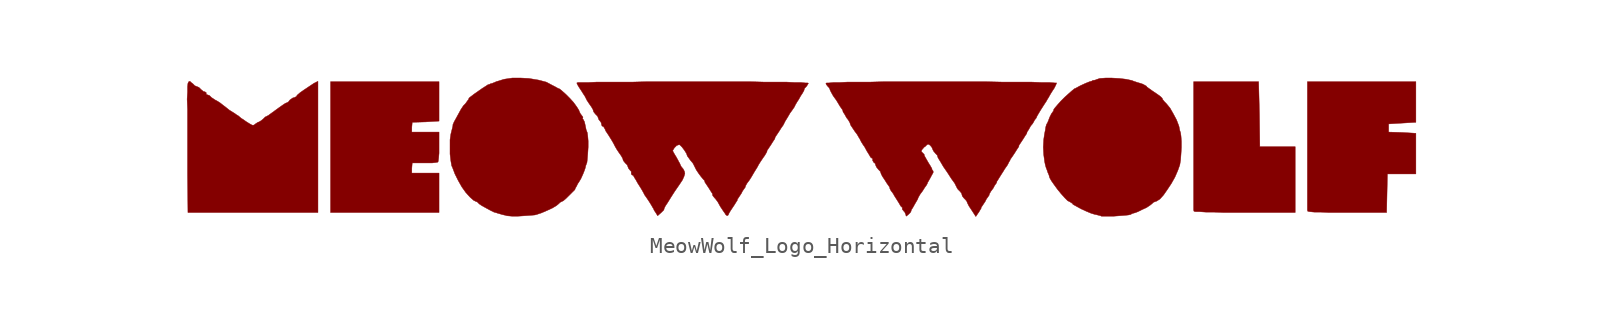
<source format=kicad_sym>
(kicad_symbol_lib
  (version 20220914)
  (generator kicad_symbol_editor)
  (symbol "MeowWolf_Logo_Horizontal"
    (pin_names
      (offset 1.016))
    (property "Reference" "LOGO"
      (at 0 -6.35 0)
      (effects (font (size 1.524 1.524)) hide))
    (symbol "MeowWolf_Logo_Horizontal_0_0"
      (polyline (pts (xy 30.861 -0.025) (xy 28.651 -0.025) (xy 28.626 2.007) (xy 28.575 4.039) (xy 24.511 4.039) (xy 24.511 -3.988) (xy 24.536 -4.064) (xy 24.638 -4.089) (xy 24.892 -4.089) (xy 25.273 -4.115) (xy 25.756 -4.115) (xy 26.34 -4.14) (xy 30.861 -4.14) (xy 30.861 -0.025)) (stroke (width 0.025) (type solid)) (fill (type outline)))
      (polyline (pts (xy 36.601 -2.921) (xy 36.627 -1.727) (xy 38.405 -1.727) (xy 38.405 0.813) (xy 37.541 0.864) (xy 36.703 0.889) (xy 36.703 1.397) (xy 37.541 1.448) (xy 38.405 1.499) (xy 38.405 4.039) (xy 31.623 4.039) (xy 31.623 -3.988) (xy 31.648 -4.064) (xy 31.775 -4.089) (xy 32.055 -4.115) (xy 32.436 -4.115) (xy 32.918 -4.14) (xy 36.576 -4.14) (xy 36.601 -2.921)) (stroke (width 0.025) (type solid)) (fill (type outline)))
      (polyline (pts (xy -22.657 -1.676) (xy -24.359 -1.676) (xy -24.359 -1.372) (xy -24.333 -1.041) (xy -23.089 -1.041) (xy -22.86 -1.016) (xy -22.733 -0.991) (xy -22.708 -0.94) (xy -22.682 -0.737) (xy -22.657 -0.432) (xy -22.657 0.889) (xy -24.359 0.889) (xy -24.359 1.194) (xy -24.333 1.499) (xy -23.495 1.524) (xy -22.657 1.575) (xy -22.657 4.039) (xy -29.439 4.039) (xy -29.439 -4.14) (xy -22.657 -4.14) (xy -22.657 -1.676)) (stroke (width 0.025) (type solid)) (fill (type outline)))
      (polyline (pts (xy -30.226 4.064) (xy -30.48 3.937) (xy -31.09 3.531) (xy -31.344 3.353) (xy -31.521 3.2) (xy -31.572 3.124) (xy -31.598 3.099) (xy -31.699 3.048) (xy -31.801 3.023) (xy -31.979 2.896) (xy -32.08 2.769) (xy -32.182 2.718) (xy -32.258 2.692) (xy -32.41 2.591) (xy -32.664 2.413) (xy -33.223 2.007) (xy -33.325 1.93) (xy -33.528 1.829) (xy -33.655 1.702) (xy -33.782 1.6) (xy -33.909 1.524) (xy -33.985 1.499) (xy -34.138 1.397) (xy -34.239 1.321) (xy -34.341 1.321) (xy -34.519 1.422) (xy -34.722 1.549) (xy -34.9 1.676) (xy -35.027 1.753) (xy -35.204 1.905) (xy -35.331 1.981) (xy -35.433 2.057) (xy -35.56 2.134) (xy -35.763 2.261) (xy -36.017 2.464) (xy -36.119 2.54) (xy -36.347 2.718) (xy -36.551 2.845) (xy -36.652 2.896) (xy -36.881 3.048) (xy -37.008 3.175) (xy -37.16 3.226) (xy -37.211 3.251) (xy -37.211 3.353) (xy -37.287 3.404) (xy -37.389 3.429) (xy -37.541 3.556) (xy -37.668 3.683) (xy -37.922 3.785) (xy -38.049 3.912) (xy -38.151 3.988) (xy -38.227 4.064) (xy -38.303 4.039) (xy -38.354 3.937) (xy -38.379 3.734) (xy -38.379 3.404) (xy -38.405 2.946) (xy -38.379 2.311) (xy -38.379 -1.778) (xy -38.354 -4.14) (xy -30.226 -4.14) (xy -30.226 4.064)) (stroke (width 0.025) (type solid)) (fill (type outline)))
      (polyline (pts (xy -17.297 -4.343) (xy -16.942 -4.318) (xy -16.662 -4.293) (xy -16.561 -4.267) (xy -16.256 -4.166) (xy -15.9 -4.013) (xy -15.57 -3.861) (xy -15.316 -3.708) (xy -15.164 -3.581) (xy -15.088 -3.505) (xy -14.884 -3.404) (xy -14.707 -3.251) (xy -14.173 -2.718) (xy -14.148 -2.667) (xy -14.148 -2.642) (xy -14.072 -2.515) (xy -13.97 -2.311) (xy -13.945 -2.286) (xy -13.792 -2.032) (xy -13.665 -1.753) (xy -13.564 -1.499) (xy -13.513 -1.346) (xy -13.487 -1.219) (xy -13.411 -1.016) (xy -13.386 -0.787) (xy -13.36 -0.457) (xy -13.335 -0.051) (xy -13.335 0.33) (xy -13.36 0.635) (xy -13.386 0.838) (xy -13.462 1.041) (xy -13.513 1.295) (xy -13.564 1.524) (xy -13.64 1.676) (xy -13.691 1.727) (xy -13.665 1.778) (xy -13.665 1.829) (xy -13.818 2.032) (xy -13.868 2.134) (xy -13.919 2.261) (xy -14.046 2.464) (xy -14.249 2.743) (xy -14.478 2.997) (xy -14.732 3.251) (xy -14.961 3.454) (xy -15.113 3.581) (xy -15.24 3.632) (xy -15.418 3.734) (xy -15.57 3.81) (xy -15.951 4.013) (xy -16.434 4.14) (xy -17.043 4.242) (xy -17.526 4.267) (xy -18.085 4.267) (xy -18.593 4.191) (xy -18.999 4.064) (xy -19.025 4.064) (xy -19.202 3.988) (xy -19.329 3.937) (xy -19.431 3.912) (xy -19.533 3.861) (xy -19.583 3.861) (xy -19.736 3.759) (xy -19.939 3.632) (xy -20.447 3.277) (xy -20.65 3.124) (xy -20.777 3.023) (xy -20.803 2.972) (xy -20.803 2.946) (xy -20.879 2.845) (xy -21.006 2.667) (xy -21.133 2.54) (xy -21.285 2.311) (xy -21.59 1.753) (xy -21.717 1.524) (xy -21.793 1.346) (xy -21.793 1.27) (xy -21.92 0.762) (xy -21.971 0.406) (xy -21.971 -0.483) (xy -21.92 -0.914) (xy -21.869 -1.219) (xy -21.819 -1.321) (xy -21.666 -1.727) (xy -21.463 -2.134) (xy -21.234 -2.54) (xy -20.98 -2.896) (xy -20.726 -3.175) (xy -20.498 -3.378) (xy -20.345 -3.454) (xy -20.269 -3.48) (xy -20.142 -3.607) (xy -19.99 -3.708) (xy -19.761 -3.835) (xy -19.482 -3.988) (xy -19.228 -4.115) (xy -19.05 -4.166) (xy -18.974 -4.191) (xy -18.796 -4.242) (xy -18.72 -4.267) (xy -18.491 -4.318) (xy -18.415 -4.343) (xy -18.11 -4.369) (xy -17.704 -4.369) (xy -17.297 -4.343)) (stroke (width 0.025) (type solid)) (fill (type outline)))
      (polyline (pts (xy 19.888 -4.343) (xy 20.218 -4.318) (xy 20.447 -4.293) (xy 20.574 -4.267) (xy 20.65 -4.216) (xy 20.803 -4.166) (xy 20.828 -4.166) (xy 21.031 -4.089) (xy 21.285 -3.962) (xy 21.565 -3.835) (xy 21.793 -3.683) (xy 21.92 -3.581) (xy 21.996 -3.505) (xy 22.123 -3.454) (xy 22.2 -3.429) (xy 22.403 -3.302) (xy 22.631 -3.048) (xy 22.86 -2.718) (xy 23.114 -2.337) (xy 23.343 -1.93) (xy 23.52 -1.524) (xy 23.647 -1.168) (xy 23.698 -0.864) (xy 23.724 -0.483) (xy 23.749 -0.076) (xy 23.749 0.305) (xy 23.724 0.635) (xy 23.698 0.838) (xy 23.647 0.991) (xy 23.597 1.245) (xy 23.571 1.321) (xy 23.444 1.651) (xy 23.241 2.032) (xy 23.038 2.388) (xy 22.809 2.667) (xy 22.682 2.794) (xy 22.581 2.921) (xy 22.555 2.972) (xy 22.555 2.997) (xy 22.454 3.099) (xy 22.25 3.251) (xy 21.946 3.454) (xy 21.59 3.708) (xy 21.565 3.759) (xy 21.336 3.886) (xy 21.184 3.937) (xy 21.006 3.988) (xy 20.777 4.064) (xy 20.65 4.115) (xy 20.295 4.191) (xy 19.863 4.242) (xy 19.406 4.267) (xy 18.999 4.267) (xy 18.644 4.242) (xy 18.415 4.166) (xy 18.364 4.14) (xy 18.186 4.115) (xy 18.186 4.089) (xy 18.009 4.039) (xy 17.755 3.937) (xy 17.424 3.785) (xy 17.094 3.607) (xy 17.069 3.607) (xy 16.916 3.48) (xy 16.713 3.302) (xy 16.459 3.073) (xy 16.205 2.819) (xy 16.002 2.591) (xy 15.85 2.413) (xy 15.773 2.311) (xy 15.748 2.21) (xy 15.621 2.032) (xy 15.519 1.829) (xy 15.469 1.702) (xy 15.443 1.626) (xy 15.367 1.448) (xy 15.316 1.372) (xy 15.265 1.194) (xy 15.24 1.016) (xy 15.189 0.762) (xy 15.138 0.406) (xy 15.113 -0.051) (xy 15.138 -0.508) (xy 15.189 -0.889) (xy 15.189 -0.914) (xy 15.24 -1.168) (xy 15.291 -1.346) (xy 15.342 -1.473) (xy 15.392 -1.626) (xy 15.469 -1.803) (xy 15.494 -1.905) (xy 15.519 -1.981) (xy 15.621 -2.159) (xy 15.799 -2.413) (xy 16.002 -2.692) (xy 16.231 -2.972) (xy 16.459 -3.226) (xy 16.637 -3.404) (xy 16.789 -3.48) (xy 16.942 -3.581) (xy 16.967 -3.632) (xy 17.196 -3.759) (xy 17.475 -3.912) (xy 17.805 -4.064) (xy 18.11 -4.191) (xy 18.364 -4.267) (xy 18.39 -4.267) (xy 18.694 -4.343) (xy 18.745 -4.369) (xy 19.533 -4.369) (xy 19.888 -4.343)) (stroke (width 0.025) (type solid)) (fill (type outline)))
      (polyline (pts (xy -4.572 -4.293) (xy -4.547 -4.216) (xy -4.445 -4.039) (xy -4.191 -3.658) (xy -4.064 -3.454) (xy -4.013 -3.378) (xy -4.013 -3.327) (xy -3.759 -2.946) (xy -3.683 -2.794) (xy -3.556 -2.616) (xy -3.505 -2.54) (xy -3.505 -2.489) (xy -3.404 -2.311) (xy -3.251 -2.108) (xy -3.124 -1.905) (xy -2.946 -1.6) (xy -2.819 -1.397) (xy -2.743 -1.27) (xy -2.692 -1.168) (xy -2.565 -0.965) (xy -2.413 -0.737) (xy -2.286 -0.559) (xy -2.184 -0.381) (xy -2.159 -0.33) (xy -2.159 -0.279) (xy -1.905 0.102) (xy -1.778 0.305) (xy -1.676 0.457) (xy -1.651 0.533) (xy -1.651 0.559) (xy -1.397 0.94) (xy -1.27 1.143) (xy -1.143 1.321) (xy -1.016 1.575) (xy -0.889 1.778) (xy -0.711 2.083) (xy -0.635 2.184) (xy -0.457 2.438) (xy -0.356 2.642) (xy -0.305 2.718) (xy -0.279 2.769) (xy -0.178 2.921) (xy -0.051 3.15) (xy 0.051 3.302) (xy 0.152 3.48) (xy 0.178 3.581) (xy 0.203 3.632) (xy 0.305 3.734) (xy 0.356 3.81) (xy 0.432 3.937) (xy 0.381 3.962) (xy 0.229 3.962) (xy -0.025 3.988) (xy -0.406 3.988) (xy -0.914 4.013) (xy -2.286 4.013) (xy -3.2 4.039) (xy -9.677 4.039) (xy -10.617 4.013) (xy -12.827 4.013) (xy -13.36 3.988) (xy -13.97 3.988) (xy -14.046 3.962) (xy -14.021 3.886) (xy -13.919 3.708) (xy -13.767 3.48) (xy -13.64 3.277) (xy -13.538 3.124) (xy -13.411 2.87) (xy -13.259 2.642) (xy -13.132 2.464) (xy -13.03 2.286) (xy -13.005 2.184) (xy -12.979 2.134) (xy -12.878 2.007) (xy -12.751 1.88) (xy -12.7 1.753) (xy -12.675 1.676) (xy -12.573 1.549) (xy -12.522 1.473) (xy -12.497 1.346) (xy -12.471 1.27) (xy -12.37 1.219) (xy -12.268 1.041) (xy -12.243 0.965) (xy -12.09 0.737) (xy -11.913 0.457) (xy -11.836 0.33) (xy -11.735 0.152) (xy -11.659 0) (xy -11.557 -0.178) (xy -11.405 -0.406) (xy -11.278 -0.584) (xy -11.176 -0.762) (xy -11.151 -0.864) (xy -11.125 -0.914) (xy -11.024 -1.041) (xy -10.897 -1.168) (xy -10.846 -1.295) (xy -10.82 -1.372) (xy -10.719 -1.499) (xy -10.643 -1.575) (xy -10.643 -1.702) (xy -10.617 -1.778) (xy -10.516 -1.829) (xy -10.414 -2.007) (xy -10.363 -2.083) (xy -10.236 -2.311) (xy -10.058 -2.591) (xy -9.982 -2.718) (xy -9.881 -2.896) (xy -9.804 -3.048) (xy -9.677 -3.226) (xy -9.525 -3.454) (xy -9.398 -3.658) (xy -9.296 -3.835) (xy -9.246 -3.912) (xy -9.22 -3.988) (xy -9.119 -4.14) (xy -8.992 -4.343) (xy -8.763 -4.14) (xy -8.611 -3.988) (xy -8.585 -3.912) (xy -8.585 -3.886) (xy -8.509 -3.734) (xy -8.357 -3.505) (xy -8.153 -3.175) (xy -7.925 -2.819) (xy -7.645 -2.413) (xy -7.442 -2.108) (xy -7.341 -1.88) (xy -7.29 -1.702) (xy -7.315 -1.575) (xy -7.391 -1.422) (xy -7.518 -1.27) (xy -7.569 -1.168) (xy -7.62 -1.041) (xy -7.645 -1.016) (xy -7.722 -0.864) (xy -7.849 -0.635) (xy -7.899 -0.559) (xy -8.001 -0.381) (xy -8.052 -0.279) (xy -8.026 -0.229) (xy -7.95 -0.102) (xy -7.798 0.051) (xy -7.645 0.102) (xy -7.595 0.076) (xy -7.468 -0.051) (xy -7.315 -0.254) (xy -7.188 -0.457) (xy -7.137 -0.61) (xy -7.061 -0.711) (xy -6.934 -0.889) (xy -6.909 -0.914) (xy -6.782 -1.067) (xy -6.579 -1.473) (xy -6.426 -1.702) (xy -6.274 -1.905) (xy -6.147 -2.057) (xy -6.071 -2.134) (xy -6.045 -2.184) (xy -6.045 -2.235) (xy -5.791 -2.616) (xy -5.664 -2.819) (xy -5.563 -2.972) (xy -5.563 -3.048) (xy -5.537 -3.099) (xy -5.436 -3.226) (xy -5.385 -3.277) (xy -5.232 -3.48) (xy -5.08 -3.759) (xy -4.877 -4.064) (xy -4.75 -4.242) (xy -4.75 -4.267) (xy -4.648 -4.343) (xy -4.572 -4.293)) (stroke (width 0.025) (type solid)) (fill (type outline)))
      (polyline (pts (xy 11.049 -4.166) (xy 11.074 -4.14) (xy 11.176 -3.962) (xy 11.227 -3.886) (xy 11.227 -3.835) (xy 11.481 -3.454) (xy 11.557 -3.302) (xy 11.684 -3.124) (xy 11.735 -3.048) (xy 11.735 -2.997) (xy 11.836 -2.819) (xy 11.989 -2.616) (xy 12.065 -2.464) (xy 12.192 -2.286) (xy 12.217 -2.184) (xy 12.243 -2.159) (xy 12.319 -2.032) (xy 12.446 -1.829) (xy 12.624 -1.549) (xy 12.7 -1.422) (xy 12.878 -1.168) (xy 12.979 -0.965) (xy 13.03 -0.889) (xy 13.056 -0.813) (xy 13.183 -0.635) (xy 13.335 -0.406) (xy 13.462 -0.203) (xy 13.564 -0.051) (xy 13.589 0) (xy 13.589 0.051) (xy 13.843 0.432) (xy 13.97 0.635) (xy 14.072 0.787) (xy 14.097 0.864) (xy 14.097 0.889) (xy 14.199 1.041) (xy 14.326 1.27) (xy 14.453 1.422) (xy 14.58 1.651) (xy 14.681 1.778) (xy 14.707 1.854) (xy 14.808 2.032) (xy 14.961 2.286) (xy 15.189 2.642) (xy 15.291 2.794) (xy 15.392 2.972) (xy 15.443 3.048) (xy 15.469 3.099) (xy 15.57 3.277) (xy 15.697 3.48) (xy 15.799 3.632) (xy 15.9 3.835) (xy 15.951 3.962) (xy 15.824 3.962) (xy 15.519 3.988) (xy 15.037 3.988) (xy 14.402 4.013) (xy 12.624 4.013) (xy 11.506 4.039) (xy 5.156 4.039) (xy 4.242 4.013) (xy 2.845 4.013) (xy 2.362 3.988) (xy 1.981 3.988) (xy 1.727 3.962) (xy 1.575 3.962) (xy 1.524 3.937) (xy 1.549 3.861) (xy 1.651 3.734) (xy 1.727 3.658) (xy 1.778 3.556) (xy 1.778 3.531) (xy 1.854 3.378) (xy 1.981 3.15) (xy 2.184 2.87) (xy 2.413 2.489) (xy 2.54 2.311) (xy 2.591 2.21) (xy 2.591 2.159) (xy 2.692 2.007) (xy 2.819 1.778) (xy 2.921 1.651) (xy 3.023 1.473) (xy 3.073 1.321) (xy 3.327 0.94) (xy 3.48 0.737) (xy 3.581 0.559) (xy 3.632 0.483) (xy 3.734 0.279) (xy 3.861 0.076) (xy 3.937 -0.025) (xy 4.089 -0.305) (xy 4.216 -0.508) (xy 4.318 -0.686) (xy 4.42 -0.762) (xy 4.445 -0.762) (xy 4.445 -0.889) (xy 4.521 -1.016) (xy 4.597 -1.067) (xy 4.648 -1.219) (xy 4.699 -1.321) (xy 4.826 -1.473) (xy 4.928 -1.575) (xy 4.978 -1.727) (xy 5.055 -1.88) (xy 5.207 -2.108) (xy 5.334 -2.311) (xy 5.461 -2.489) (xy 5.512 -2.565) (xy 5.512 -2.616) (xy 5.588 -2.769) (xy 5.74 -2.972) (xy 5.791 -3.073) (xy 5.969 -3.353) (xy 6.096 -3.556) (xy 6.198 -3.734) (xy 6.274 -3.81) (xy 6.299 -3.81) (xy 6.299 -3.937) (xy 6.401 -4.064) (xy 6.452 -4.115) (xy 6.528 -4.293) (xy 6.528 -4.343) (xy 6.553 -4.369) (xy 6.68 -4.267) (xy 6.807 -4.14) (xy 6.858 -4.039) (xy 6.858 -3.988) (xy 6.96 -3.835) (xy 7.087 -3.607) (xy 7.163 -3.48) (xy 7.264 -3.302) (xy 7.29 -3.226) (xy 7.315 -3.175) (xy 7.417 -2.997) (xy 7.569 -2.794) (xy 7.696 -2.591) (xy 7.823 -2.413) (xy 7.874 -2.311) (xy 7.874 -2.286) (xy 7.95 -2.159) (xy 8.077 -1.93) (xy 8.128 -1.829) (xy 8.23 -1.651) (xy 8.23 -1.549) (xy 8.153 -1.448) (xy 8.153 -1.397) (xy 8.052 -1.219) (xy 7.925 -1.016) (xy 7.722 -0.66) (xy 7.671 -0.559) (xy 7.671 -0.508) (xy 7.493 -0.33) (xy 7.518 -0.229) (xy 7.671 -0.051) (xy 7.722 -0.025) (xy 7.849 0.102) (xy 7.95 0.127) (xy 8.052 0.051) (xy 8.153 -0.076) (xy 8.204 -0.203) (xy 8.255 -0.305) (xy 8.382 -0.457) (xy 8.484 -0.559) (xy 8.509 -0.635) (xy 8.509 -0.66) (xy 8.56 -0.762) (xy 8.687 -0.965) (xy 8.865 -1.27) (xy 9.093 -1.6) (xy 9.144 -1.676) (xy 9.373 -2.032) (xy 9.576 -2.311) (xy 9.728 -2.616) (xy 9.779 -2.692) (xy 9.906 -2.819) (xy 10.008 -2.946) (xy 10.033 -3.048) (xy 10.058 -3.124) (xy 10.16 -3.251) (xy 10.262 -3.353) (xy 10.338 -3.454) (xy 10.363 -3.531) (xy 10.465 -3.734) (xy 10.617 -3.962) (xy 10.897 -4.394) (xy 11.049 -4.166)) (stroke (width 0.025) (type solid)) (fill (type outline))))))
</source>
